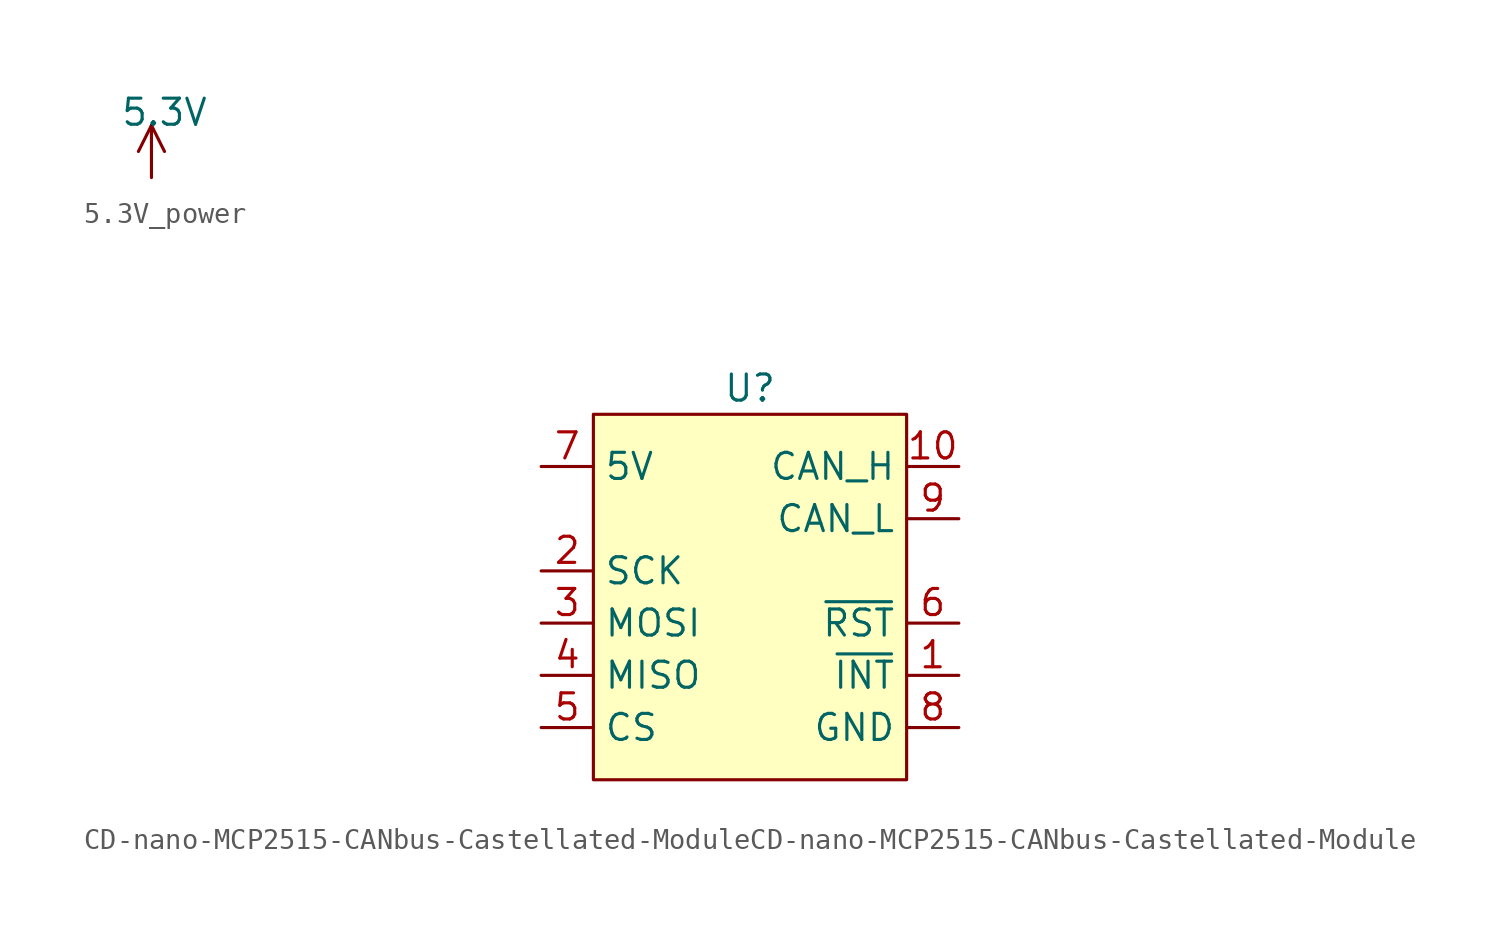
<source format=kicad_sym>
(kicad_symbol_lib
  (version 20220914)
  (generator kicad_symbol_editor)
  (symbol "5.3V_power"
    (power)
    (property "Reference" "#PWR"
      (at 3.81 1.27 0)
      (effects (font (size 1.27 1.27)) hide))
    (property "Value" "5.3V"
      (at 0.635 3.175 0)
      (effects (font (size 1.27 1.27))))
    (symbol "5.3V_power_0_1"
      (polyline (pts (xy -0.635 1.27) (xy 0 2.54)) (stroke (width 0) (type default)) (fill (type none)))
      (polyline (pts (xy 0 0) (xy 0 2.54)) (stroke (width 0) (type default)) (fill (type none)))
      (polyline (pts (xy 0 2.54) (xy 0.635 1.27)) (stroke (width 0) (type default)) (fill (type none))))
    (symbol "5.3V_power_1_1"
      (pin power_in line (at 0 0 90) (length 0) hide (name "5.3V" (effects (font (size 1.27 1.27)))) (number "1" (effects (font (size 1.27 1.27)))))))
  (symbol "CD-nano-MCP2515-CANbus-Castellated-ModuleCD-nano-MCP2515-CANbus-Castellated-Module"
    (property "Reference" "U"
      (at 0 8.89 0)
      (effects (font (size 1.27 1.27))))
    (property "Value" ""
      (at 0 0 0)
      (effects (font (size 1.27 1.27))))
    (symbol "CD-nano-MCP2515-CANbus-Castellated-ModuleCD-nano-MCP2515-CANbus-Castellated-Module_1_1"
      (rectangle (start -7.62 7.62) (end 7.62 -10.16) (stroke (width 0) (type default)) (fill (type background)))
      (pin output line (at 10.16 -5.08 180) (length 2.54) (name "~{INT}" (effects (font (size 1.27 1.27)))) (number "1" (effects (font (size 1.27 1.27)))))
      (pin bidirectional line (at 10.16 5.08 180) (length 2.54) (name "CAN_H" (effects (font (size 1.27 1.27)))) (number "10" (effects (font (size 1.27 1.27)))))
      (pin input line (at -10.16 0 0) (length 2.54) (name "SCK" (effects (font (size 1.27 1.27)))) (number "2" (effects (font (size 1.27 1.27)))))
      (pin input line (at -10.16 -2.54 0) (length 2.54) (name "MOSI" (effects (font (size 1.27 1.27)))) (number "3" (effects (font (size 1.27 1.27)))))
      (pin output line (at -10.16 -5.08 0) (length 2.54) (name "MISO" (effects (font (size 1.27 1.27)))) (number "4" (effects (font (size 1.27 1.27)))))
      (pin input line (at -10.16 -7.62 0) (length 2.54) (name "CS" (effects (font (size 1.27 1.27)))) (number "5" (effects (font (size 1.27 1.27)))))
      (pin input line (at 10.16 -2.54 180) (length 2.54) (name "~{RST}" (effects (font (size 1.27 1.27)))) (number "6" (effects (font (size 1.27 1.27)))))
      (pin input line (at -10.16 5.08 0) (length 2.54) (name "5V" (effects (font (size 1.27 1.27)))) (number "7" (effects (font (size 1.27 1.27)))))
      (pin input line (at 10.16 -7.62 180) (length 2.54) (name "GND" (effects (font (size 1.27 1.27)))) (number "8" (effects (font (size 1.27 1.27)))))
      (pin bidirectional line (at 10.16 2.54 180) (length 2.54) (name "CAN_L" (effects (font (size 1.27 1.27)))) (number "9" (effects (font (size 1.27 1.27))))))))
</source>
